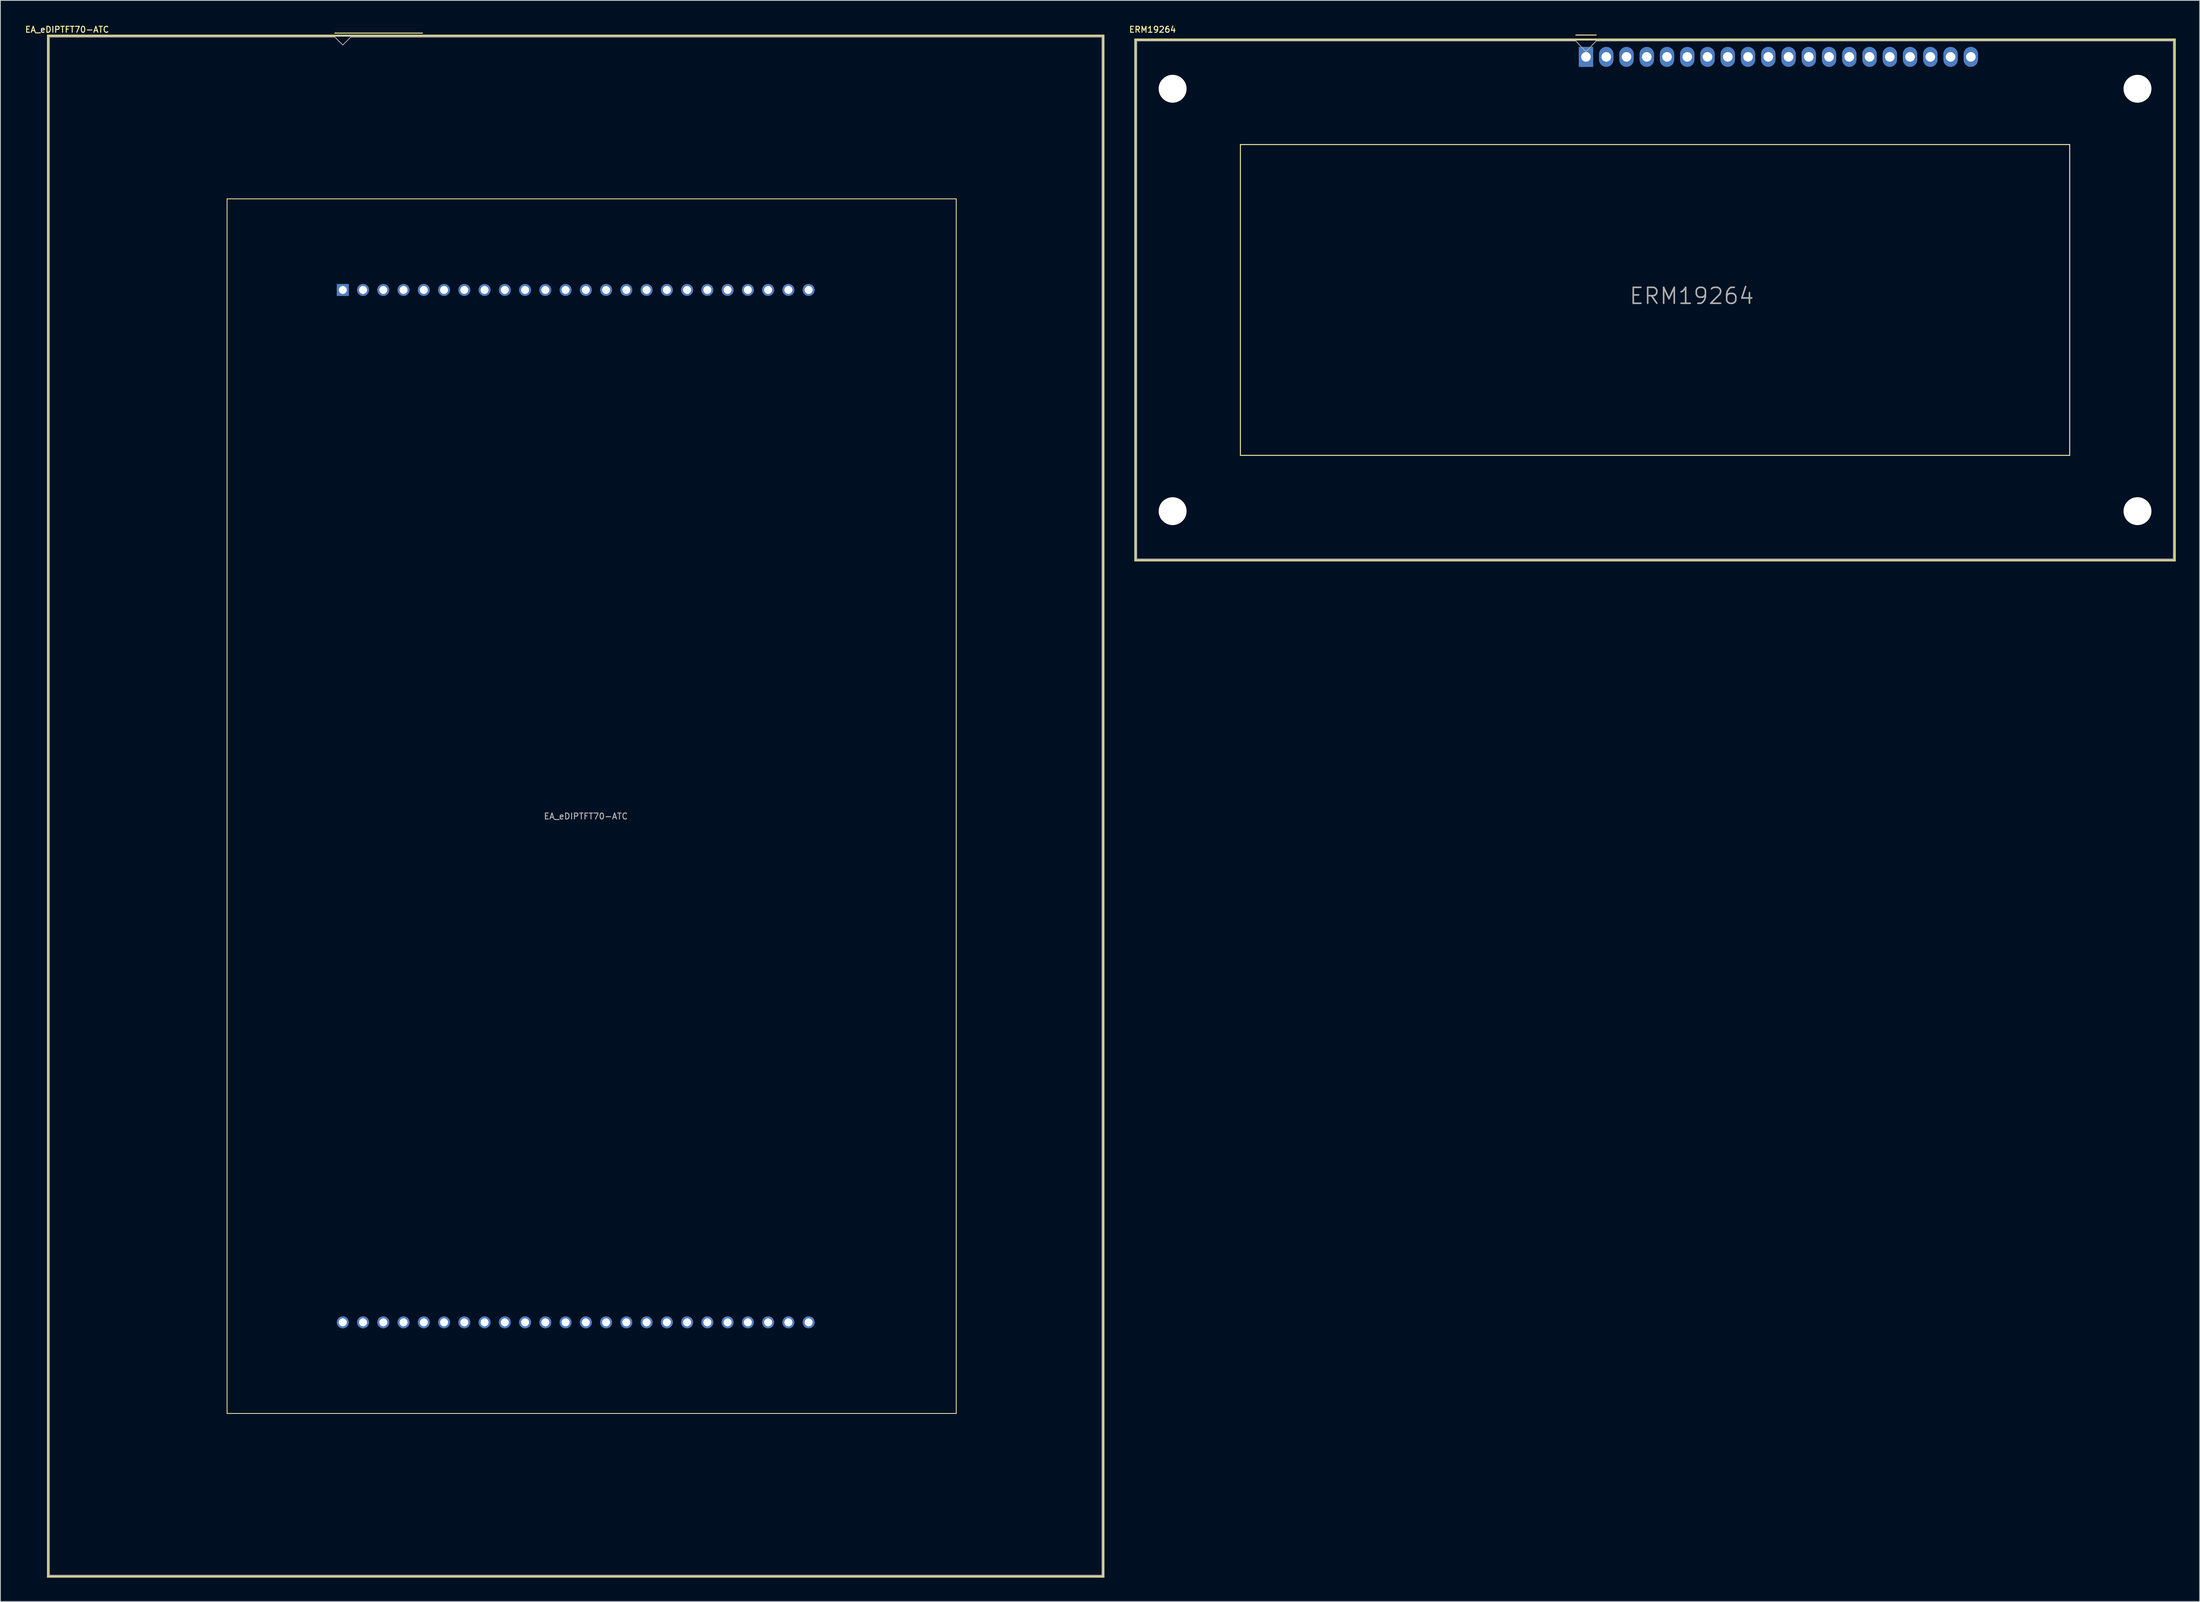
<source format=kicad_pcb>
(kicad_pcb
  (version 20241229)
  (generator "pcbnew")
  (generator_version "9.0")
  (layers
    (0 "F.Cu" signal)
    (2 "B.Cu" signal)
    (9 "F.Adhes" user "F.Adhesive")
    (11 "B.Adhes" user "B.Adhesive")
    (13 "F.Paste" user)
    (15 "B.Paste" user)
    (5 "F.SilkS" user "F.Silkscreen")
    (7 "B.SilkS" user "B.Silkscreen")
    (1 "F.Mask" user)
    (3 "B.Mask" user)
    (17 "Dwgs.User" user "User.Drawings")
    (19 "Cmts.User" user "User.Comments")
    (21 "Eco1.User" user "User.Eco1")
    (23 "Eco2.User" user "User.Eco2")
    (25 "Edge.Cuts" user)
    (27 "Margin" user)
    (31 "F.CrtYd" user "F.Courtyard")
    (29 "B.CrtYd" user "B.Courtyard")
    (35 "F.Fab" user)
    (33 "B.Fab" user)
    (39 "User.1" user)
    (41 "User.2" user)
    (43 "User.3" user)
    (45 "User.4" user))
  (footprint "EA_eDIPTFT70-ATC"
    (layer "F.Cu")
    (at 39.938 33.333)
    (property "Reference" "EA_eDIPTFT70-ATC" (at -34.575 -32.675 0) (layer "F.SilkS") (effects (font (size 0.75 0.75) (thickness 0.125))))
    (attr through_hole)
    (fp_line (start -37.04 -31.98) (end 95.46 -31.98) (stroke (width 0.1) (type solid)) (layer "F.SilkS"))
    (fp_line (start -37.04 161.52) (end -37.04 -31.98) (stroke (width 0.1) (type solid)) (layer "F.SilkS"))
    (fp_line (start -36.91 -31.85) (end 95.33 -31.85) (stroke (width 0.12) (type solid)) (layer "F.SilkS"))
    (fp_line (start -36.91 161.39) (end -36.91 -31.85) (stroke (width 0.12) (type solid)) (layer "F.SilkS"))
    (fp_line (start -14.51 -11.43) (end -14.51 140.97) (stroke (width 0.1) (type solid)) (layer "F.SilkS"))
    (fp_line (start -14.51 140.97) (end 76.93 140.97) (stroke (width 0.1) (type solid)) (layer "F.SilkS"))
    (fp_line (start -1 -32.23) (end 10 -32.23) (stroke (width 0.12) (type solid)) (layer "F.SilkS"))
    (fp_line (start 76.93 -11.43) (end -14.51 -11.43) (stroke (width 0.1) (type solid)) (layer "F.SilkS"))
    (fp_line (start 76.93 140.97) (end 76.93 -11.43) (stroke (width 0.1) (type solid)) (layer "F.SilkS"))
    (fp_line (start 95.33 -31.85) (end 95.33 161.39) (stroke (width 0.12) (type solid)) (layer "F.SilkS"))
    (fp_line (start 95.33 161.39) (end -36.91 161.39) (stroke (width 0.12) (type solid)) (layer "F.SilkS"))
    (fp_line (start 95.46 -31.98) (end 95.46 161.52) (stroke (width 0.1) (type solid)) (layer "F.SilkS"))
    (fp_line (start 95.46 161.52) (end -37.04 161.52) (stroke (width 0.1) (type solid)) (layer "F.SilkS"))
    (fp_line (start -36.79 -31.73) (end -1 -31.73) (stroke (width 0.1) (type solid)) (layer "F.Fab"))
    (fp_line (start -36.79 161.27) (end -36.79 -31.73) (stroke (width 0.1) (type solid)) (layer "F.Fab"))
    (fp_line (start -1 -31.73) (end 0 -30.73) (stroke (width 0.1) (type solid)) (layer "F.Fab"))
    (fp_line (start 0 -30.73) (end 1 -31.73) (stroke (width 0.1) (type solid)) (layer "F.Fab"))
    (fp_line (start 1 -31.73) (end 95.21 -31.73) (stroke (width 0.1) (type solid)) (layer "F.Fab"))
    (fp_line (start 95.21 -31.73) (end 95.21 161.27) (stroke (width 0.1) (type solid)) (layer "F.Fab"))
    (fp_line (start 95.21 161.27) (end -36.79 161.27) (stroke (width 0.1) (type solid)) (layer "F.Fab"))
    (fp_text user "${REFERENCE}" (at 30.48 66.04 0) (layer "F.Fab") (effects (font (size 0.75 0.75) (thickness 0.125))))
    (pad "1" thru_hole rect (at 0 0) (size 1.5 1.5) (drill 1) (layers "*.Cu" "*.Mask"))
    (pad "2" thru_hole circle (at 2.54 0) (size 1.5 1.5) (drill 1) (layers "*.Cu" "*.Mask"))
    (pad "3" thru_hole circle (at 5.08 0) (size 1.5 1.5) (drill 1) (layers "*.Cu" "*.Mask"))
    (pad "4" thru_hole circle (at 7.62 0) (size 1.5 1.5) (drill 1) (layers "*.Cu" "*.Mask"))
    (pad "5" thru_hole circle (at 10.16 0) (size 1.5 1.5) (drill 1) (layers "*.Cu" "*.Mask"))
    (pad "6" thru_hole circle (at 12.7 0) (size 1.5 1.5) (drill 1) (layers "*.Cu" "*.Mask"))
    (pad "7" thru_hole circle (at 15.24 0) (size 1.5 1.5) (drill 1) (layers "*.Cu" "*.Mask"))
    (pad "8" thru_hole circle (at 17.78 0) (size 1.5 1.5) (drill 1) (layers "*.Cu" "*.Mask"))
    (pad "9" thru_hole circle (at 20.32 0) (size 1.5 1.5) (drill 1) (layers "*.Cu" "*.Mask"))
    (pad "10" thru_hole circle (at 22.86 0) (size 1.5 1.5) (drill 1) (layers "*.Cu" "*.Mask"))
    (pad "11" thru_hole circle (at 25.4 0) (size 1.5 1.5) (drill 1) (layers "*.Cu" "*.Mask"))
    (pad "12" thru_hole circle (at 27.94 0) (size 1.5 1.5) (drill 1) (layers "*.Cu" "*.Mask"))
    (pad "13" thru_hole circle (at 30.48 0) (size 1.5 1.5) (drill 1) (layers "*.Cu" "*.Mask"))
    (pad "14" thru_hole circle (at 33.02 0) (size 1.5 1.5) (drill 1) (layers "*.Cu" "*.Mask"))
    (pad "15" thru_hole circle (at 35.56 0) (size 1.5 1.5) (drill 1) (layers "*.Cu" "*.Mask"))
    (pad "16" thru_hole circle (at 38.1 0) (size 1.5 1.5) (drill 1) (layers "*.Cu" "*.Mask"))
    (pad "17" thru_hole circle (at 40.64 0) (size 1.5 1.5) (drill 1) (layers "*.Cu" "*.Mask"))
    (pad "18" thru_hole circle (at 43.18 0) (size 1.5 1.5) (drill 1) (layers "*.Cu" "*.Mask"))
    (pad "19" thru_hole circle (at 45.72 0) (size 1.5 1.5) (drill 1) (layers "*.Cu" "*.Mask"))
    (pad "20" thru_hole circle (at 48.26 0) (size 1.5 1.5) (drill 1) (layers "*.Cu" "*.Mask"))
    (pad "21" thru_hole circle (at 50.8 0) (size 1.5 1.5) (drill 1) (layers "*.Cu" "*.Mask"))
    (pad "22" thru_hole circle (at 53.34 0) (size 1.5 1.5) (drill 1) (layers "*.Cu" "*.Mask"))
    (pad "23" thru_hole circle (at 55.88 0) (size 1.5 1.5) (drill 1) (layers "*.Cu" "*.Mask"))
    (pad "24" thru_hole circle (at 58.42 0) (size 1.5 1.5) (drill 1) (layers "*.Cu" "*.Mask"))
    (pad "25" thru_hole circle (at 58.42 129.54) (size 1.5 1.5) (drill 1) (layers "*.Cu" "*.Mask"))
    (pad "26" thru_hole circle (at 55.88 129.54) (size 1.5 1.5) (drill 1) (layers "*.Cu" "*.Mask"))
    (pad "27" thru_hole circle (at 53.34 129.54) (size 1.5 1.5) (drill 1) (layers "*.Cu" "*.Mask"))
    (pad "28" thru_hole circle (at 50.8 129.54) (size 1.5 1.5) (drill 1) (layers "*.Cu" "*.Mask"))
    (pad "29" thru_hole circle (at 48.26 129.54) (size 1.5 1.5) (drill 1) (layers "*.Cu" "*.Mask"))
    (pad "30" thru_hole circle (at 45.72 129.54) (size 1.5 1.5) (drill 1) (layers "*.Cu" "*.Mask"))
    (pad "31" thru_hole circle (at 43.18 129.54) (size 1.5 1.5) (drill 1) (layers "*.Cu" "*.Mask"))
    (pad "32" thru_hole circle (at 40.64 129.54) (size 1.5 1.5) (drill 1) (layers "*.Cu" "*.Mask"))
    (pad "33" thru_hole circle (at 38.1 129.54) (size 1.5 1.5) (drill 1) (layers "*.Cu" "*.Mask"))
    (pad "34" thru_hole circle (at 35.56 129.54) (size 1.5 1.5) (drill 1) (layers "*.Cu" "*.Mask"))
    (pad "35" thru_hole circle (at 33.02 129.54) (size 1.5 1.5) (drill 1) (layers "*.Cu" "*.Mask"))
    (pad "36" thru_hole circle (at 30.48 129.54) (size 1.5 1.5) (drill 1) (layers "*.Cu" "*.Mask"))
    (pad "37" thru_hole circle (at 27.94 129.54) (size 1.5 1.5) (drill 1) (layers "*.Cu" "*.Mask"))
    (pad "38" thru_hole circle (at 25.4 129.54) (size 1.5 1.5) (drill 1) (layers "*.Cu" "*.Mask"))
    (pad "39" thru_hole circle (at 22.86 129.54) (size 1.5 1.5) (drill 1) (layers "*.Cu" "*.Mask"))
    (pad "40" thru_hole circle (at 20.32 129.54) (size 1.5 1.5) (drill 1) (layers "*.Cu" "*.Mask"))
    (pad "41" thru_hole circle (at 17.78 129.54) (size 1.5 1.5) (drill 1) (layers "*.Cu" "*.Mask"))
    (pad "42" thru_hole circle (at 15.24 129.54) (size 1.5 1.5) (drill 1) (layers "*.Cu" "*.Mask"))
    (pad "43" thru_hole circle (at 12.7 129.54) (size 1.5 1.5) (drill 1) (layers "*.Cu" "*.Mask"))
    (pad "44" thru_hole circle (at 10.16 129.54) (size 1.5 1.5) (drill 1) (layers "*.Cu" "*.Mask"))
    (pad "45" thru_hole circle (at 7.62 129.54) (size 1.5 1.5) (drill 1) (layers "*.Cu" "*.Mask"))
    (pad "46" thru_hole circle (at 5.08 129.54) (size 1.5 1.5) (drill 1) (layers "*.Cu" "*.Mask"))
    (pad "47" thru_hole circle (at 2.54 129.54) (size 1.5 1.5) (drill 1) (layers "*.Cu" "*.Mask"))
    (pad "48" thru_hole circle (at 0 129.54) (size 1.5 1.5) (drill 1) (layers "*.Cu" "*.Mask")))
  (footprint "ERM19264"
    (layer "F.Cu")
    (at 195.845 4.087)
    (property "Reference" "ERM19264" (at -54.356 -3.429 0) (layer "F.SilkS") (effects (font (size 0.75 0.75) (thickness 0.125))))
    (attr through_hole)
    (fp_line (start -56.59 -2.25) (end 73.91 -2.25) (stroke (width 0.1) (type solid)) (layer "F.SilkS"))
    (fp_line (start -56.59 63.25) (end -56.59 -2.25) (stroke (width 0.1) (type solid)) (layer "F.SilkS"))
    (fp_line (start -56.46 -2.12) (end 73.78 -2.12) (stroke (width 0.12) (type solid)) (layer "F.SilkS"))
    (fp_line (start -56.46 63.12) (end -56.46 -2.12) (stroke (width 0.12) (type solid)) (layer "F.SilkS"))
    (fp_line (start -43.34 11) (end 60.66 11) (stroke (width 0.12) (type solid)) (layer "F.SilkS"))
    (fp_line (start -43.34 50) (end -43.34 11) (stroke (width 0.12) (type solid)) (layer "F.SilkS"))
    (fp_line (start 1.27 -2.74) (end -1.27 -2.74) (stroke (width 0.12) (type solid)) (layer "F.SilkS"))
    (fp_line (start 60.66 11) (end 60.66 50) (stroke (width 0.12) (type solid)) (layer "F.SilkS"))
    (fp_line (start 60.66 50) (end -43.34 50) (stroke (width 0.12) (type solid)) (layer "F.SilkS"))
    (fp_line (start 73.78 -2.12) (end 73.78 63.12) (stroke (width 0.12) (type solid)) (layer "F.SilkS"))
    (fp_line (start 73.78 63.12) (end -56.46 63.12) (stroke (width 0.12) (type solid)) (layer "F.SilkS"))
    (fp_line (start 73.91 -2.25) (end 73.91 63.25) (stroke (width 0.1) (type solid)) (layer "F.SilkS"))
    (fp_line (start 73.91 63.25) (end -56.59 63.25) (stroke (width 0.1) (type solid)) (layer "F.SilkS"))
    (fp_line (start -56.34 -2) (end -1.27 -2) (stroke (width 0.1) (type solid)) (layer "F.Fab"))
    (fp_line (start -56.34 63) (end -56.34 -2) (stroke (width 0.1) (type solid)) (layer "F.Fab"))
    (fp_line (start 0 -0.635) (end -1.27 -2) (stroke (width 0.1) (type solid)) (layer "F.Fab"))
    (fp_line (start 1.27 -2) (end 0 -0.635) (stroke (width 0.1) (type solid)) (layer "F.Fab"))
    (fp_line (start 1.27 -2) (end 73.66 -2) (stroke (width 0.1) (type solid)) (layer "F.Fab"))
    (fp_line (start 73.66 -2) (end 73.66 63) (stroke (width 0.1) (type solid)) (layer "F.Fab"))
    (fp_line (start 73.66 63) (end -56.34 63) (stroke (width 0.1) (type solid)) (layer "F.Fab"))
    (fp_text user "${REFERENCE}" (at 13.26 30 0) (layer "F.Fab") (effects (font (size 2 2) (thickness 0.2))))
    (pad "" np_thru_hole circle (at -51.84 4 180) (size 3.5 3.5) (drill 3.5) (layers "*.Cu" "*.Mask"))
    (pad "" np_thru_hole circle (at -51.84 57 180) (size 3.5 3.5) (drill 3.5) (layers "*.Cu" "*.Mask"))
    (pad "" np_thru_hole circle (at 69.16 4 180) (size 3.5 3.5) (drill 3.5) (layers "*.Cu" "*.Mask"))
    (pad "" np_thru_hole circle (at 69.16 57 180) (size 3.5 3.5) (drill 3.5) (layers "*.Cu" "*.Mask"))
    (pad "1" thru_hole rect (at 0 0 180) (size 1.8 2.5) (drill 1.2) (layers "*.Cu" "*.Mask"))
    (pad "2" thru_hole oval (at 2.54 0 180) (size 1.8 2.5) (drill 1.2) (layers "*.Cu" "*.Mask"))
    (pad "3" thru_hole oval (at 5.08 0 180) (size 1.8 2.5) (drill 1.2) (layers "*.Cu" "*.Mask"))
    (pad "4" thru_hole oval (at 7.62 0 180) (size 1.8 2.5) (drill 1.2) (layers "*.Cu" "*.Mask"))
    (pad "5" thru_hole oval (at 10.16 0 180) (size 1.8 2.5) (drill 1.2) (layers "*.Cu" "*.Mask"))
    (pad "6" thru_hole oval (at 12.7 0 180) (size 1.8 2.5) (drill 1.2) (layers "*.Cu" "*.Mask"))
    (pad "7" thru_hole oval (at 15.24 0 180) (size 1.8 2.5) (drill 1.2) (layers "*.Cu" "*.Mask"))
    (pad "8" thru_hole oval (at 17.78 0 180) (size 1.8 2.5) (drill 1.2) (layers "*.Cu" "*.Mask"))
    (pad "9" thru_hole oval (at 20.32 0 180) (size 1.8 2.5) (drill 1.2) (layers "*.Cu" "*.Mask"))
    (pad "10" thru_hole oval (at 22.86 0 180) (size 1.8 2.5) (drill 1.2) (layers "*.Cu" "*.Mask"))
    (pad "11" thru_hole oval (at 25.4 0 180) (size 1.8 2.5) (drill 1.2) (layers "*.Cu" "*.Mask"))
    (pad "12" thru_hole oval (at 27.94 0 180) (size 1.8 2.5) (drill 1.2) (layers "*.Cu" "*.Mask"))
    (pad "13" thru_hole oval (at 30.48 0 180) (size 1.8 2.5) (drill 1.2) (layers "*.Cu" "*.Mask"))
    (pad "14" thru_hole oval (at 33.02 0 180) (size 1.8 2.5) (drill 1.2) (layers "*.Cu" "*.Mask"))
    (pad "15" thru_hole oval (at 35.56 0 180) (size 1.8 2.5) (drill 1.2) (layers "*.Cu" "*.Mask"))
    (pad "16" thru_hole oval (at 38.1 0 180) (size 1.8 2.5) (drill 1.2) (layers "*.Cu" "*.Mask"))
    (pad "17" thru_hole oval (at 40.64 0 180) (size 1.8 2.5) (drill 1.2) (layers "*.Cu" "*.Mask"))
    (pad "18" thru_hole oval (at 43.18 0 180) (size 1.8 2.5) (drill 1.2) (layers "*.Cu" "*.Mask"))
    (pad "19" thru_hole oval (at 45.72 0 180) (size 1.8 2.5) (drill 1.2) (layers "*.Cu" "*.Mask"))
    (pad "20" thru_hole oval (at 48.26 0 180) (size 1.8 2.5) (drill 1.2) (layers "*.Cu" "*.Mask")))
  (gr_rect
    (start -3 -3)
    (end 272.805 197.903)
    (stroke (width 0.1) (type default))
    (fill no)
    (layer "Edge.Cuts")))
</source>
